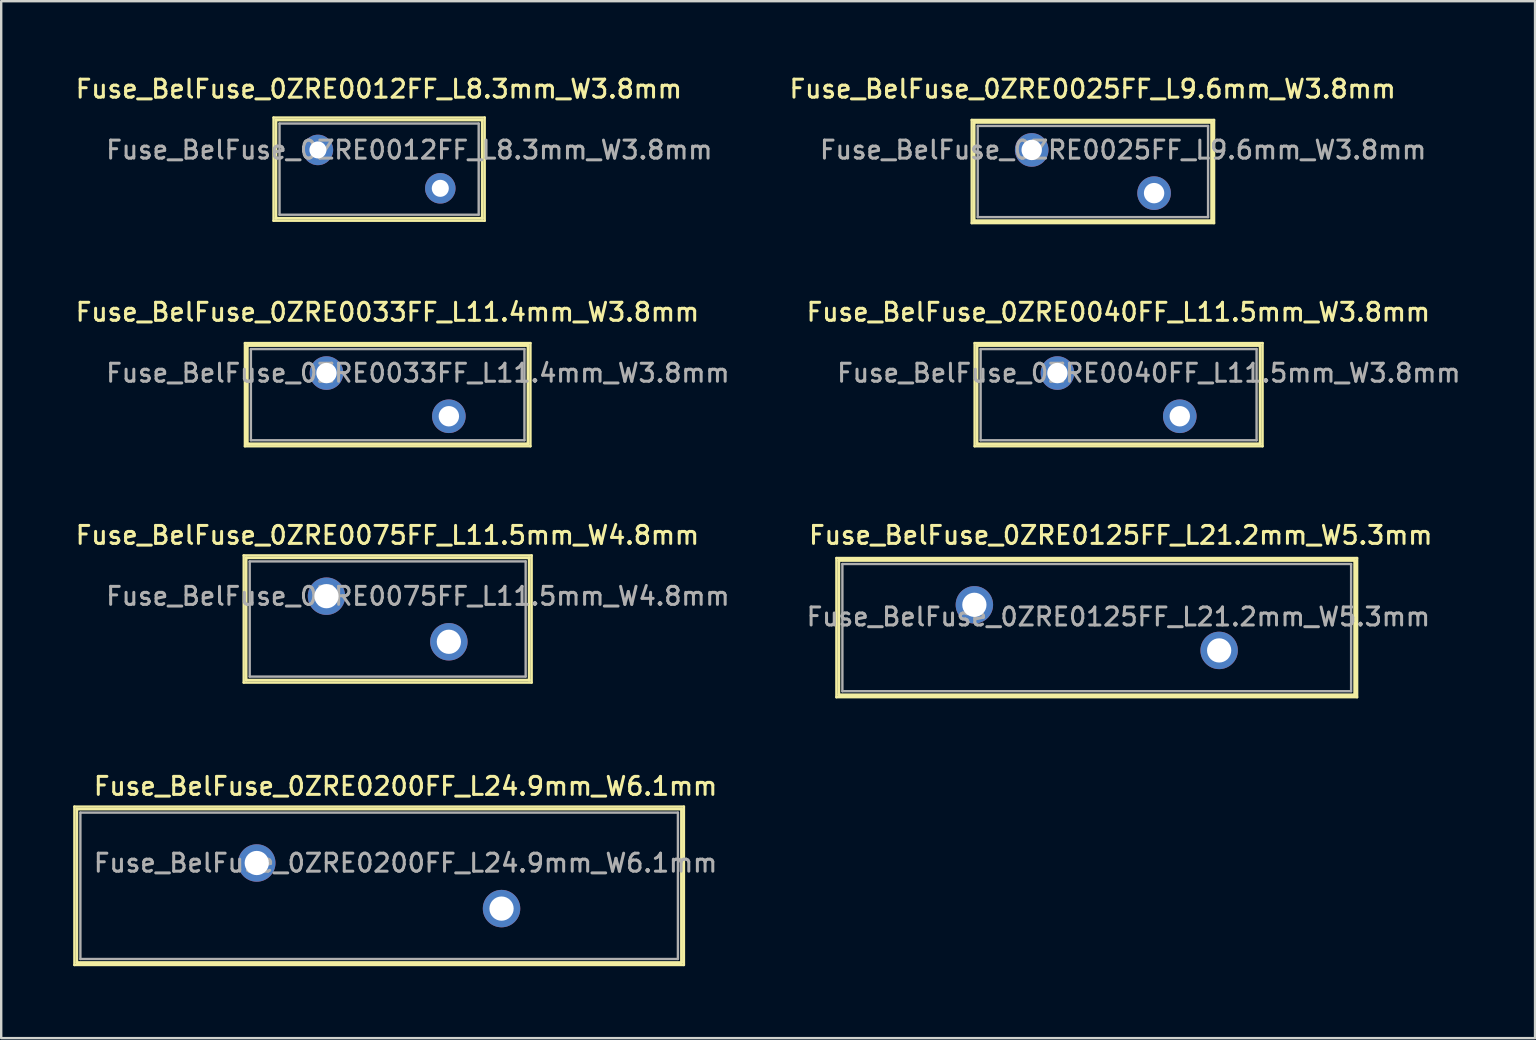
<source format=kicad_pcb>
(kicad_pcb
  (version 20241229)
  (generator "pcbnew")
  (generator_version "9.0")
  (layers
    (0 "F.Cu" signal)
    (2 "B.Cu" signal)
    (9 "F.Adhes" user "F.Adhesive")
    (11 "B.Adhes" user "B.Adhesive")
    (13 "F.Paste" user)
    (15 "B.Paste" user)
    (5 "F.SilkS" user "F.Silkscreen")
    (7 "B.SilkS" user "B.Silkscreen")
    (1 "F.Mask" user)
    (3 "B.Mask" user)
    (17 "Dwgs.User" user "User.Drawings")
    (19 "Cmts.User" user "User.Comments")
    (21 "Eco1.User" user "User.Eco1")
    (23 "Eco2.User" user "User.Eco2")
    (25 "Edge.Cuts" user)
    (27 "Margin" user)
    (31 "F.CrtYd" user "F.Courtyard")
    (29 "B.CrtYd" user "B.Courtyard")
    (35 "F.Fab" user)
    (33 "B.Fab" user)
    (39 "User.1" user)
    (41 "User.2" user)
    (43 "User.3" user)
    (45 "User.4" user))
  (footprint "Fuse_BelFuse_0ZRE0025FF_L9.6mm_W3.8mm"
    (layer "F.Cu")
    (at 39.943 3.198)
    (property "Reference" "Fuse_BelFuse_0ZRE0025FF_L9.6mm_W3.8mm" (at 2.54 -2.54 0) (layer "F.SilkS") (effects (font (size 0.75 0.75) (thickness 0.125))))
    (attr through_hole)
    (fp_line (start -2.5 -1.25) (end -2.5 3.05) (stroke (width 0.1) (type solid)) (layer "F.SilkS"))
    (fp_line (start -2.5 -1.25) (end 7.6 -1.25) (stroke (width 0.1) (type solid)) (layer "F.SilkS"))
    (fp_line (start -2.5 3.05) (end 7.6 3.05) (stroke (width 0.1) (type solid)) (layer "F.SilkS"))
    (fp_line (start -2.4 -1.15) (end -2.4 2.95) (stroke (width 0.12) (type solid)) (layer "F.SilkS"))
    (fp_line (start -2.4 -1.15) (end 7.5 -1.15) (stroke (width 0.12) (type solid)) (layer "F.SilkS"))
    (fp_line (start -2.4 2.95) (end 7.5 2.95) (stroke (width 0.12) (type solid)) (layer "F.SilkS"))
    (fp_line (start 7.5 -1.15) (end 7.5 2.95) (stroke (width 0.12) (type solid)) (layer "F.SilkS"))
    (fp_line (start 7.6 -1.25) (end 7.6 3.05) (stroke (width 0.1) (type solid)) (layer "F.SilkS"))
    (fp_line (start -2.25 -1) (end -2.25 2.8) (stroke (width 0.1) (type solid)) (layer "F.Fab"))
    (fp_line (start -2.25 -1) (end 7.35 -1) (stroke (width 0.1) (type solid)) (layer "F.Fab"))
    (fp_line (start -2.25 2.8) (end 7.35 2.8) (stroke (width 0.1) (type solid)) (layer "F.Fab"))
    (fp_line (start 7.35 -1) (end 7.35 2.8) (stroke (width 0.1) (type solid)) (layer "F.Fab"))
    (fp_text user "${REFERENCE}" (at 3.81 0 0) (layer "F.Fab") (effects (font (size 0.75 0.75) (thickness 0.125))))
    (pad "1" thru_hole circle (at 0 0) (size 1.4 1.4) (drill 0.85) (layers "*.Cu" "*.Mask"))
    (pad "2" thru_hole circle (at 5.1 1.8) (size 1.4 1.4) (drill 0.85) (layers "*.Cu" "*.Mask")))
  (footprint "Fuse_BelFuse_0ZRE0125FF_L21.2mm_W5.3mm"
    (layer "F.Cu")
    (at 37.554 22.154)
    (property "Reference" "Fuse_BelFuse_0ZRE0125FF_L21.2mm_W5.3mm" (at 6.1 -2.9 0) (layer "F.SilkS") (effects (font (size 0.75 0.75) (thickness 0.125))))
    (attr through_hole)
    (fp_line (start -5.75 -1.95) (end -5.75 3.85) (stroke (width 0.1) (type solid)) (layer "F.SilkS"))
    (fp_line (start -5.75 -1.95) (end 15.95 -1.95) (stroke (width 0.1) (type solid)) (layer "F.SilkS"))
    (fp_line (start -5.75 3.85) (end 15.95 3.85) (stroke (width 0.1) (type solid)) (layer "F.SilkS"))
    (fp_line (start -5.65 -1.85) (end -5.65 3.75) (stroke (width 0.12) (type solid)) (layer "F.SilkS"))
    (fp_line (start -5.65 -1.85) (end 15.85 -1.85) (stroke (width 0.12) (type solid)) (layer "F.SilkS"))
    (fp_line (start -5.65 3.75) (end 15.85 3.75) (stroke (width 0.12) (type solid)) (layer "F.SilkS"))
    (fp_line (start 15.85 -1.85) (end 15.85 3.75) (stroke (width 0.12) (type solid)) (layer "F.SilkS"))
    (fp_line (start 15.95 -1.95) (end 15.95 3.85) (stroke (width 0.1) (type solid)) (layer "F.SilkS"))
    (fp_line (start -5.5 -1.7) (end -5.5 3.6) (stroke (width 0.1) (type solid)) (layer "F.Fab"))
    (fp_line (start -5.5 -1.7) (end 15.7 -1.7) (stroke (width 0.1) (type solid)) (layer "F.Fab"))
    (fp_line (start -5.5 3.6) (end 15.7 3.6) (stroke (width 0.1) (type solid)) (layer "F.Fab"))
    (fp_line (start 15.7 -1.7) (end 15.7 3.6) (stroke (width 0.1) (type solid)) (layer "F.Fab"))
    (fp_text user "${REFERENCE}" (at 6 0.5 0) (layer "F.Fab") (effects (font (size 0.75 0.75) (thickness 0.125))))
    (pad "1" thru_hole circle (at 0 0) (size 1.56 1.56) (drill 1.01) (layers "*.Cu" "*.Mask"))
    (pad "2" thru_hole circle (at 10.2 1.9) (size 1.56 1.56) (drill 1.01) (layers "*.Cu" "*.Mask")))
  (footprint "Fuse_BelFuse_0ZRE0040FF_L11.5mm_W3.8mm"
    (layer "F.Cu")
    (at 41.014 12.496)
    (property "Reference" "Fuse_BelFuse_0ZRE0040FF_L11.5mm_W3.8mm" (at 2.54 -2.54 0) (layer "F.SilkS") (effects (font (size 0.75 0.75) (thickness 0.125))))
    (attr through_hole)
    (fp_line (start -3.45 -1.25) (end -3.45 3.05) (stroke (width 0.1) (type solid)) (layer "F.SilkS"))
    (fp_line (start -3.45 -1.25) (end 8.55 -1.25) (stroke (width 0.1) (type solid)) (layer "F.SilkS"))
    (fp_line (start -3.45 3.05) (end 8.55 3.05) (stroke (width 0.1) (type solid)) (layer "F.SilkS"))
    (fp_line (start -3.35 -1.15) (end -3.35 2.95) (stroke (width 0.12) (type solid)) (layer "F.SilkS"))
    (fp_line (start -3.35 -1.15) (end 8.45 -1.15) (stroke (width 0.12) (type solid)) (layer "F.SilkS"))
    (fp_line (start -3.35 2.95) (end 8.45 2.95) (stroke (width 0.12) (type solid)) (layer "F.SilkS"))
    (fp_line (start 8.45 -1.15) (end 8.45 2.95) (stroke (width 0.12) (type solid)) (layer "F.SilkS"))
    (fp_line (start 8.55 -1.25) (end 8.55 3.05) (stroke (width 0.1) (type solid)) (layer "F.SilkS"))
    (fp_line (start -3.2 -1) (end -3.2 2.8) (stroke (width 0.1) (type solid)) (layer "F.Fab"))
    (fp_line (start -3.2 -1) (end 8.3 -1) (stroke (width 0.1) (type solid)) (layer "F.Fab"))
    (fp_line (start -3.2 2.8) (end 8.3 2.8) (stroke (width 0.1) (type solid)) (layer "F.Fab"))
    (fp_line (start 8.3 -1) (end 8.3 2.8) (stroke (width 0.1) (type solid)) (layer "F.Fab"))
    (fp_text user "${REFERENCE}" (at 3.81 0 0) (layer "F.Fab") (effects (font (size 0.75 0.75) (thickness 0.125))))
    (pad "1" thru_hole circle (at 0 0) (size 1.4 1.4) (drill 0.85) (layers "*.Cu" "*.Mask"))
    (pad "2" thru_hole circle (at 5.1 1.8) (size 1.4 1.4) (drill 0.85) (layers "*.Cu" "*.Mask")))
  (footprint "Fuse_BelFuse_0ZRE0012FF_L8.3mm_W3.8mm"
    (layer "F.Cu")
    (at 10.198 3.198)
    (property "Reference" "Fuse_BelFuse_0ZRE0012FF_L8.3mm_W3.8mm" (at 2.54 -2.54 0) (layer "F.SilkS") (effects (font (size 0.75 0.75) (thickness 0.125))))
    (attr through_hole)
    (fp_line (start -1.85 -1.35) (end -1.85 2.95) (stroke (width 0.1) (type solid)) (layer "F.SilkS"))
    (fp_line (start -1.85 -1.35) (end 6.95 -1.35) (stroke (width 0.1) (type solid)) (layer "F.SilkS"))
    (fp_line (start -1.85 2.95) (end 6.95 2.95) (stroke (width 0.1) (type solid)) (layer "F.SilkS"))
    (fp_line (start -1.75 -1.25) (end -1.75 2.85) (stroke (width 0.12) (type solid)) (layer "F.SilkS"))
    (fp_line (start -1.75 -1.25) (end 6.85 -1.25) (stroke (width 0.12) (type solid)) (layer "F.SilkS"))
    (fp_line (start -1.75 2.85) (end 6.85 2.85) (stroke (width 0.12) (type solid)) (layer "F.SilkS"))
    (fp_line (start 6.85 -1.25) (end 6.85 2.85) (stroke (width 0.12) (type solid)) (layer "F.SilkS"))
    (fp_line (start 6.95 -1.35) (end 6.95 2.95) (stroke (width 0.1) (type solid)) (layer "F.SilkS"))
    (fp_line (start -1.6 -1.1) (end -1.6 2.7) (stroke (width 0.1) (type solid)) (layer "F.Fab"))
    (fp_line (start -1.6 -1.1) (end 6.7 -1.1) (stroke (width 0.1) (type solid)) (layer "F.Fab"))
    (fp_line (start -1.6 2.7) (end 6.7 2.7) (stroke (width 0.1) (type solid)) (layer "F.Fab"))
    (fp_line (start 6.7 -1.1) (end 6.7 2.7) (stroke (width 0.1) (type solid)) (layer "F.Fab"))
    (fp_text user "${REFERENCE}" (at 3.81 0 0) (layer "F.Fab") (effects (font (size 0.75 0.75) (thickness 0.125))))
    (pad "1" thru_hole circle (at 0 0) (size 1.27 1.27) (drill 0.71) (layers "*.Cu" "*.Mask"))
    (pad "2" thru_hole circle (at 5.1 1.6) (size 1.27 1.27) (drill 0.71) (layers "*.Cu" "*.Mask")))
  (footprint "Fuse_BelFuse_0ZRE0075FF_L11.5mm_W4.8mm"
    (layer "F.Cu")
    (at 10.555 21.794)
    (property "Reference" "Fuse_BelFuse_0ZRE0075FF_L11.5mm_W4.8mm" (at 2.54 -2.54 0) (layer "F.SilkS") (effects (font (size 0.75 0.75) (thickness 0.125))))
    (attr through_hole)
    (fp_line (start -3.45 -1.7) (end -3.45 3.6) (stroke (width 0.1) (type solid)) (layer "F.SilkS"))
    (fp_line (start -3.45 -1.7) (end 8.55 -1.7) (stroke (width 0.1) (type solid)) (layer "F.SilkS"))
    (fp_line (start -3.45 3.6) (end 8.55 3.6) (stroke (width 0.1) (type solid)) (layer "F.SilkS"))
    (fp_line (start -3.35 -1.6) (end -3.35 3.5) (stroke (width 0.12) (type solid)) (layer "F.SilkS"))
    (fp_line (start -3.35 -1.6) (end 8.45 -1.6) (stroke (width 0.12) (type solid)) (layer "F.SilkS"))
    (fp_line (start -3.35 3.5) (end 8.45 3.5) (stroke (width 0.12) (type solid)) (layer "F.SilkS"))
    (fp_line (start 8.45 -1.6) (end 8.45 3.5) (stroke (width 0.12) (type solid)) (layer "F.SilkS"))
    (fp_line (start 8.55 -1.7) (end 8.55 3.6) (stroke (width 0.1) (type solid)) (layer "F.SilkS"))
    (fp_line (start -3.2 -1.45) (end -3.2 3.35) (stroke (width 0.1) (type solid)) (layer "F.Fab"))
    (fp_line (start -3.2 -1.45) (end 8.3 -1.45) (stroke (width 0.1) (type solid)) (layer "F.Fab"))
    (fp_line (start -3.2 3.35) (end 8.3 3.35) (stroke (width 0.1) (type solid)) (layer "F.Fab"))
    (fp_line (start 8.3 -1.45) (end 8.3 3.35) (stroke (width 0.1) (type solid)) (layer "F.Fab"))
    (fp_text user "${REFERENCE}" (at 3.81 0 0) (layer "F.Fab") (effects (font (size 0.75 0.75) (thickness 0.125))))
    (pad "1" thru_hole circle (at 0 0) (size 1.56 1.56) (drill 1.01) (layers "*.Cu" "*.Mask"))
    (pad "2" thru_hole circle (at 5.1 1.9) (size 1.56 1.56) (drill 1.01) (layers "*.Cu" "*.Mask")))
  (footprint "Fuse_BelFuse_0ZRE0200FF_L24.9mm_W6.1mm"
    (layer "F.Cu")
    (at 7.65 32.913)
    (property "Reference" "Fuse_BelFuse_0ZRE0200FF_L24.9mm_W6.1mm" (at 6.2 -3.2 0) (layer "F.SilkS") (effects (font (size 0.75 0.75) (thickness 0.125))))
    (attr through_hole)
    (fp_line (start -7.6 -2.35) (end -7.6 4.25) (stroke (width 0.1) (type solid)) (layer "F.SilkS"))
    (fp_line (start -7.6 -2.35) (end 17.8 -2.35) (stroke (width 0.1) (type solid)) (layer "F.SilkS"))
    (fp_line (start -7.6 4.25) (end 17.8 4.25) (stroke (width 0.1) (type solid)) (layer "F.SilkS"))
    (fp_line (start -7.5 -2.25) (end -7.5 4.15) (stroke (width 0.12) (type solid)) (layer "F.SilkS"))
    (fp_line (start -7.5 -2.25) (end 17.7 -2.25) (stroke (width 0.12) (type solid)) (layer "F.SilkS"))
    (fp_line (start -7.5 4.15) (end 17.7 4.15) (stroke (width 0.12) (type solid)) (layer "F.SilkS"))
    (fp_line (start 17.7 -2.25) (end 17.7 4.15) (stroke (width 0.12) (type solid)) (layer "F.SilkS"))
    (fp_line (start 17.8 -2.35) (end 17.8 4.25) (stroke (width 0.1) (type solid)) (layer "F.SilkS"))
    (fp_line (start -7.35 -2.1) (end -7.35 4) (stroke (width 0.1) (type solid)) (layer "F.Fab"))
    (fp_line (start -7.35 -2.1) (end 17.55 -2.1) (stroke (width 0.1) (type solid)) (layer "F.Fab"))
    (fp_line (start -7.35 4) (end 17.55 4) (stroke (width 0.1) (type solid)) (layer "F.Fab"))
    (fp_line (start 17.55 -2.1) (end 17.55 4) (stroke (width 0.1) (type solid)) (layer "F.Fab"))
    (fp_text user "${REFERENCE}" (at 6.2 0 0) (layer "F.Fab") (effects (font (size 0.75 0.75) (thickness 0.125))))
    (pad "1" thru_hole circle (at 0 0) (size 1.56 1.56) (drill 1.01) (layers "*.Cu" "*.Mask"))
    (pad "2" thru_hole circle (at 10.2 1.9) (size 1.56 1.56) (drill 1.01) (layers "*.Cu" "*.Mask")))
  (footprint "Fuse_BelFuse_0ZRE0033FF_L11.4mm_W3.8mm"
    (layer "F.Cu")
    (at 10.555 12.496)
    (property "Reference" "Fuse_BelFuse_0ZRE0033FF_L11.4mm_W3.8mm" (at 2.54 -2.54 0) (layer "F.SilkS") (effects (font (size 0.75 0.75) (thickness 0.125))))
    (attr through_hole)
    (fp_line (start -3.4 -1.25) (end -3.4 3.05) (stroke (width 0.1) (type solid)) (layer "F.SilkS"))
    (fp_line (start -3.4 -1.25) (end 8.5 -1.25) (stroke (width 0.1) (type solid)) (layer "F.SilkS"))
    (fp_line (start -3.4 3.05) (end 8.5 3.05) (stroke (width 0.1) (type solid)) (layer "F.SilkS"))
    (fp_line (start -3.3 -1.15) (end -3.3 2.95) (stroke (width 0.12) (type solid)) (layer "F.SilkS"))
    (fp_line (start -3.3 -1.15) (end 8.4 -1.15) (stroke (width 0.12) (type solid)) (layer "F.SilkS"))
    (fp_line (start -3.3 2.95) (end 8.4 2.95) (stroke (width 0.12) (type solid)) (layer "F.SilkS"))
    (fp_line (start 8.4 -1.15) (end 8.4 2.95) (stroke (width 0.12) (type solid)) (layer "F.SilkS"))
    (fp_line (start 8.5 -1.25) (end 8.5 3.05) (stroke (width 0.1) (type solid)) (layer "F.SilkS"))
    (fp_line (start -3.15 -1) (end -3.15 2.8) (stroke (width 0.1) (type solid)) (layer "F.Fab"))
    (fp_line (start -3.15 -1) (end 8.25 -1) (stroke (width 0.1) (type solid)) (layer "F.Fab"))
    (fp_line (start -3.15 2.8) (end 8.25 2.8) (stroke (width 0.1) (type solid)) (layer "F.Fab"))
    (fp_line (start 8.25 -1) (end 8.25 2.8) (stroke (width 0.1) (type solid)) (layer "F.Fab"))
    (fp_text user "${REFERENCE}" (at 3.81 0 0) (layer "F.Fab") (effects (font (size 0.75 0.75) (thickness 0.125))))
    (pad "1" thru_hole circle (at 0 0) (size 1.4 1.4) (drill 0.85) (layers "*.Cu" "*.Mask"))
    (pad "2" thru_hole circle (at 5.1 1.8) (size 1.4 1.4) (drill 0.85) (layers "*.Cu" "*.Mask")))
  (gr_rect
    (start -3 -3)
    (end 60.919 40.212)
    (stroke (width 0.1) (type default))
    (fill no)
    (layer "Edge.Cuts")))
</source>
